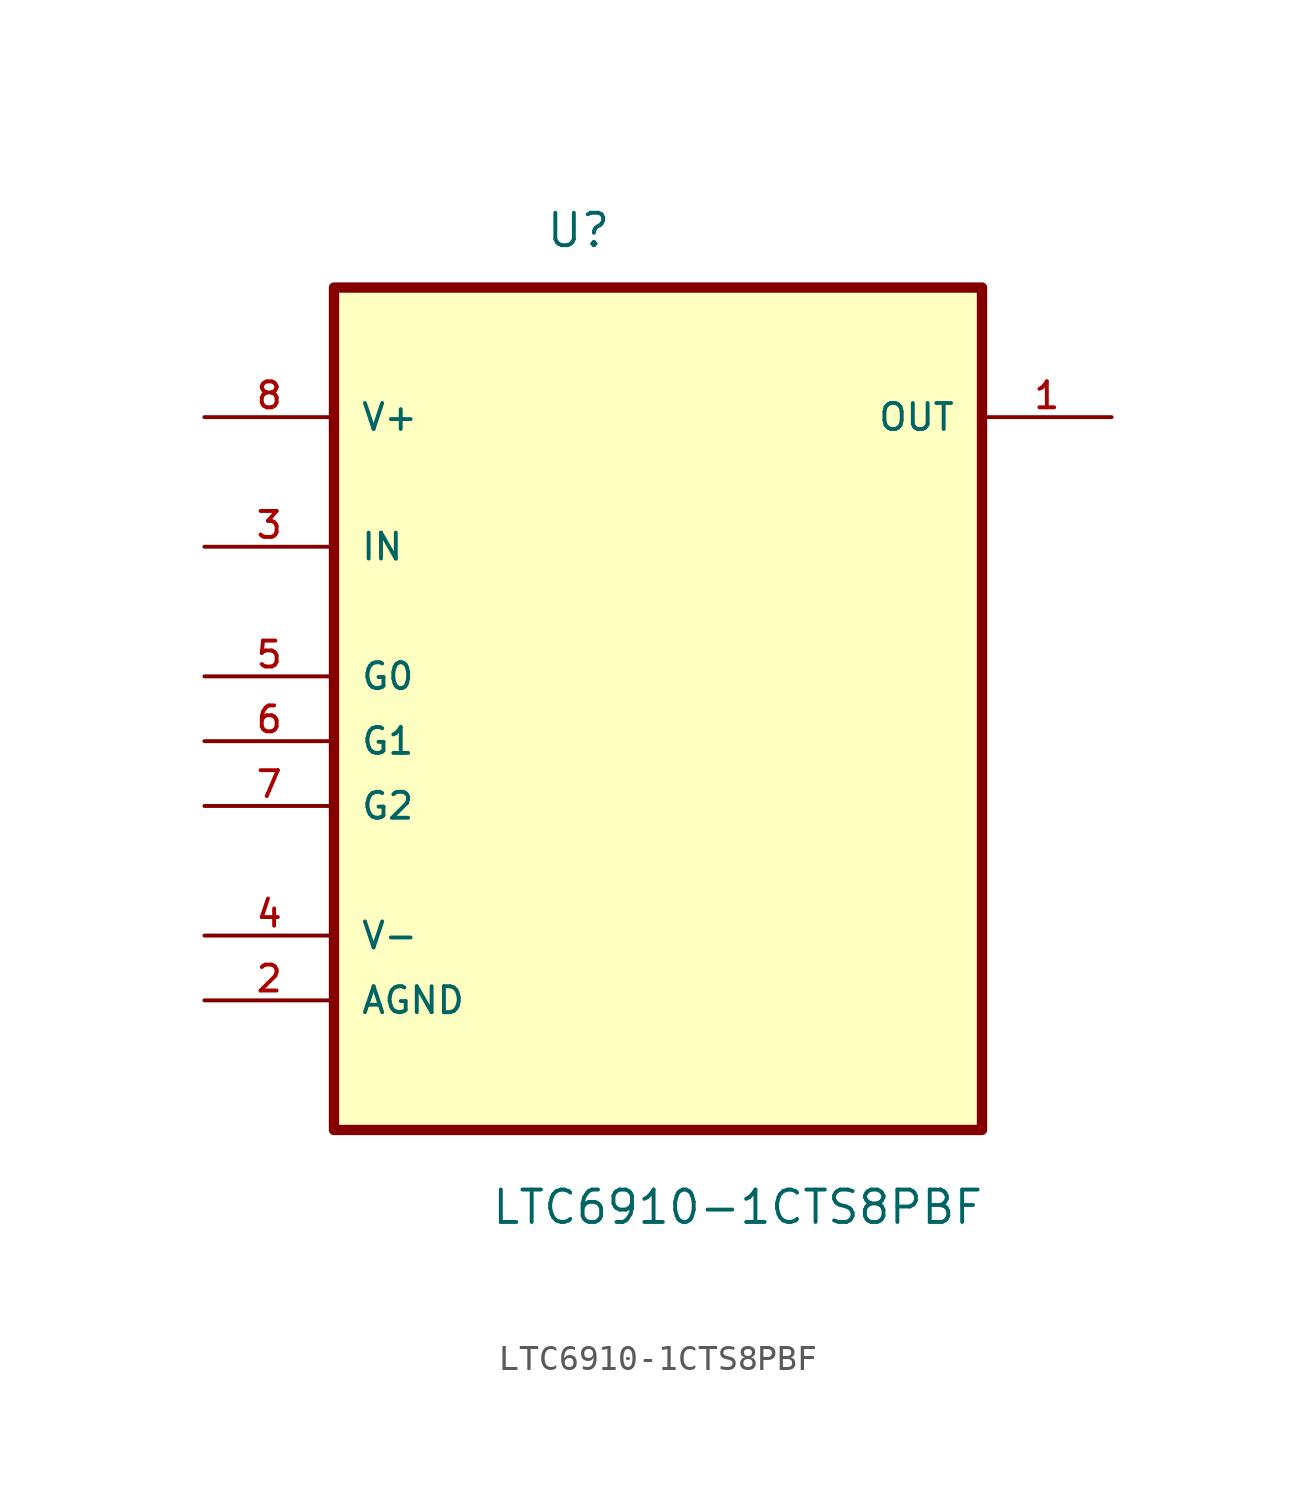
<source format=kicad_sym>
(kicad_symbol_lib
  (version 20211014)
  (generator kicad_symbol_editor)
  (symbol "LTC6910-1CTS8PBF"
    (pin_names
      (offset 1.016))
    (property "Reference" "U"
      (at -4.427 14.198 0.0)
      (effects (font (size 1.27 1.27)) (justify bottom left)))
    (property "Value" "LTC6910-1CTS8PBF"
      (at -6.563 -24.089 0.0)
      (effects (font (size 1.27 1.27)) (justify bottom left)))
    (symbol "LTC6910-1CTS8PBF_0_0"
      (rectangle (start -12.7 -20.32) (end 12.7 12.7) (stroke (width 0.406)) (fill (type background)))
      (pin power_in line (at -17.78 7.62 0) (length 5.08) (name "V+" (effects (font (size 1.016 1.016)))) (number "8" (effects (font (size 1.016 1.016)))))
      (pin input line (at -17.78 2.54 0) (length 5.08) (name "IN" (effects (font (size 1.016 1.016)))) (number "3" (effects (font (size 1.016 1.016)))))
      (pin input line (at -17.78 -2.54 0) (length 5.08) (name "G0" (effects (font (size 1.016 1.016)))) (number "5" (effects (font (size 1.016 1.016)))))
      (pin input line (at -17.78 -5.08 0) (length 5.08) (name "G1" (effects (font (size 1.016 1.016)))) (number "6" (effects (font (size 1.016 1.016)))))
      (pin input line (at -17.78 -7.62 0) (length 5.08) (name "G2" (effects (font (size 1.016 1.016)))) (number "7" (effects (font (size 1.016 1.016)))))
      (pin power_in line (at -17.78 -12.7 0) (length 5.08) (name "V-" (effects (font (size 1.016 1.016)))) (number "4" (effects (font (size 1.016 1.016)))))
      (pin passive line (at -17.78 -15.24 0) (length 5.08) (name "AGND" (effects (font (size 1.016 1.016)))) (number "2" (effects (font (size 1.016 1.016)))))
      (pin output line (at 17.78 7.62 180.0) (length 5.08) (name "OUT" (effects (font (size 1.016 1.016)))) (number "1" (effects (font (size 1.016 1.016))))))))
</source>
